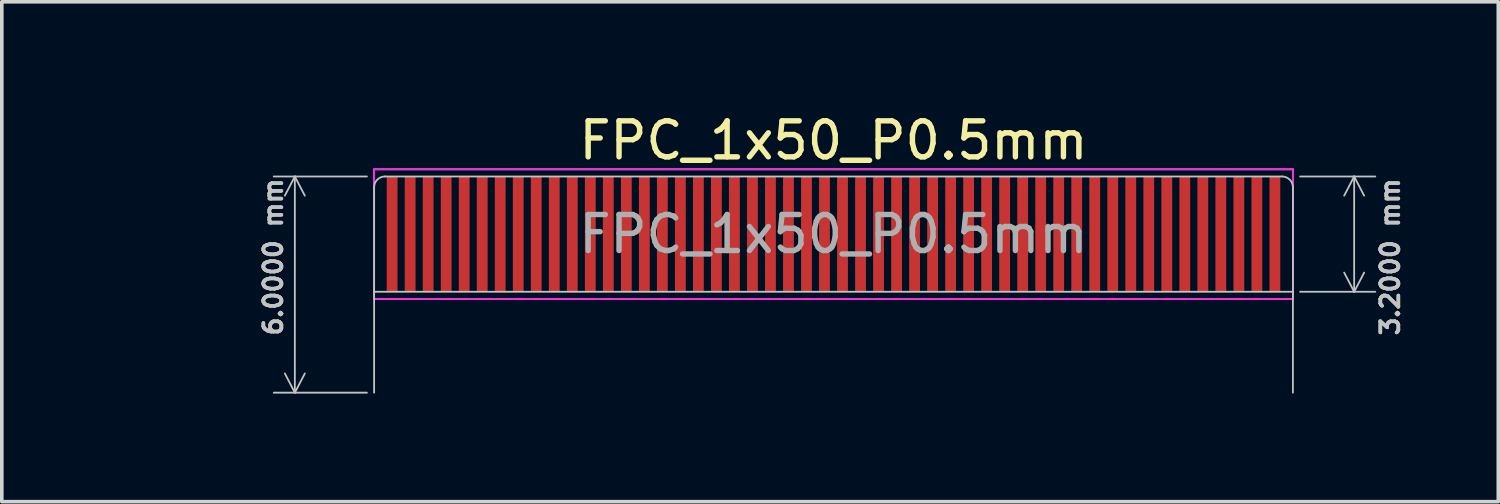
<source format=kicad_pcb>
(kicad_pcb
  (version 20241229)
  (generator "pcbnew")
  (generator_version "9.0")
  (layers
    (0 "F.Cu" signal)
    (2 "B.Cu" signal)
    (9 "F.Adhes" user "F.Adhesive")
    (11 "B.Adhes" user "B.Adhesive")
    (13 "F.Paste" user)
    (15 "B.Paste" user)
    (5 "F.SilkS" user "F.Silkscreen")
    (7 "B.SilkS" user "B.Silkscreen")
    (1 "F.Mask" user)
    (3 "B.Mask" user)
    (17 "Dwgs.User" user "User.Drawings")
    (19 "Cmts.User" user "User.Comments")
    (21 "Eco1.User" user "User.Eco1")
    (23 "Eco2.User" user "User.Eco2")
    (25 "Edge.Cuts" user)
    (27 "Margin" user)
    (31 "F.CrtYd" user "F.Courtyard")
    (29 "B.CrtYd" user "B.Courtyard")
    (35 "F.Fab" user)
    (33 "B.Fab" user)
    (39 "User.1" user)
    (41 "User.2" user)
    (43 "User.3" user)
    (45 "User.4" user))
  (footprint "FPC_1x50_P0.5mm"
    (layer "F.Cu")
    (at 20.083 1.848)
    (property "Reference" "FPC_1x50_P0.5mm" (at 0 -1 0) (layer "F.SilkS") (effects (font (size 1 1) (thickness 0.15))))
    (attr exclude_from_pos_files exclude_from_bom)
    (fp_line (start -12.75 0.3) (end -12.75 3.2) (stroke (width 0.05) (type default)) (layer "Dwgs.User"))
    (fp_line (start -12.75 3.2) (end -12.75 6) (stroke (width 0.05) (type default)) (layer "Dwgs.User"))
    (fp_line (start -12.45 0) (end 12.45 0) (stroke (width 0.05) (type default)) (layer "Dwgs.User"))
    (fp_line (start 12.75 0.3) (end 12.75 3.2) (stroke (width 0.05) (type default)) (layer "Dwgs.User"))
    (fp_line (start 12.75 3.2) (end -12.75 3.2) (stroke (width 0.05) (type default)) (layer "Dwgs.User"))
    (fp_line (start 12.75 3.2) (end 12.75 6) (stroke (width 0.05) (type default)) (layer "Dwgs.User"))
    (fp_arc (start -12.75 0.3) (mid -12.662132 0.087868) (end -12.45 0) (stroke (width 0.05) (type default)) (layer "Dwgs.User"))
    (fp_arc (start 12.45 0) (mid 12.662132 0.087868) (end 12.75 0.3) (stroke (width 0.05) (type default)) (layer "Dwgs.User"))
    (fp_line (start -12.75 -0.2) (end -12.75 3.4) (stroke (width 0.05) (type solid)) (layer "F.CrtYd"))
    (fp_line (start -12.75 -0.2) (end 12.75 -0.2) (stroke (width 0.05) (type solid)) (layer "F.CrtYd"))
    (fp_line (start -12.75 3.4) (end 12.75 3.4) (stroke (width 0.05) (type solid)) (layer "F.CrtYd"))
    (fp_line (start 12.75 3.4) (end 12.75 -0.2) (stroke (width 0.05) (type solid)) (layer "F.CrtYd"))
    (fp_line (start -12.75 -0.2) (end 12.75 -0.2) (stroke (width 0.05) (type default)) (layer "F.Fab"))
    (fp_line (start -12.75 3.4) (end -12.75 -0.2) (stroke (width 0.05) (type default)) (layer "F.Fab"))
    (fp_line (start 12.75 -0.2) (end 12.75 3.4) (stroke (width 0.05) (type default)) (layer "F.Fab"))
    (fp_line (start 12.75 3.4) (end -12.75 3.4) (stroke (width 0.05) (type default)) (layer "F.Fab"))
    (fp_text user "${REFERENCE}" (at 0 1.6 0) (layer "F.Fab") (effects (font (size 1 1) (thickness 0.15))))
    (dimension (type aligned) (layer "Dwgs.User") (pts (xy 7.633 1.848) (xy 7.633 7.848)) (height 2.5) (format (prefix "") (suffix "") (units 3) (units_format 1) (precision 4)) (style (thickness 0.05) (arrow_length 0.6) (text_position_mode 2) (arrow_direction outward) (extension_height 0.586) (extension_offset 0.5) (keep_text_aligned yes)) (gr_text "6.0000 mm" (at 4.533 1.848 90) (layer "Dwgs.User") (effects (font (size 0.5 0.5) (thickness 0.1)) (justify right))))
    (dimension (type aligned) (layer "Dwgs.User") (pts (xy 32.533 1.848) (xy 32.533 5.048)) (height -2) (format (prefix "") (suffix "") (units 3) (units_format 1) (precision 4)) (style (thickness 0.05) (arrow_length 0.6) (text_position_mode 2) (arrow_direction outward) (extension_height 0.586) (extension_offset 0.5) (keep_text_aligned yes)) (gr_text "3.2000 mm" (at 35.533 1.848 90) (layer "Dwgs.User") (effects (font (size 0.5 0.5) (thickness 0.1) (bold yes)) (justify right))))
    (pad "1" smd rect (at 12.25 1.6 180) (size 0.3 3.2) (layers "F.Cu" "F.Mask"))
    (pad "2" smd rect (at 11.75 1.6 180) (size 0.3 3.2) (layers "F.Cu" "F.Mask"))
    (pad "3" smd rect (at 11.25 1.6 180) (size 0.3 3.2) (layers "F.Cu" "F.Mask"))
    (pad "4" smd rect (at 10.75 1.6 180) (size 0.3 3.2) (layers "F.Cu" "F.Mask"))
    (pad "5" smd rect (at 10.25 1.6 180) (size 0.3 3.2) (layers "F.Cu" "F.Mask"))
    (pad "6" smd rect (at 9.75 1.6 180) (size 0.3 3.2) (layers "F.Cu" "F.Mask"))
    (pad "7" smd rect (at 9.25 1.6 180) (size 0.3 3.2) (layers "F.Cu" "F.Mask"))
    (pad "8" smd rect (at 8.75 1.6 180) (size 0.3 3.2) (layers "F.Cu" "F.Mask"))
    (pad "9" smd rect (at 8.25 1.6 180) (size 0.3 3.2) (layers "F.Cu" "F.Mask"))
    (pad "10" smd rect (at 7.75 1.6 180) (size 0.3 3.2) (layers "F.Cu" "F.Mask"))
    (pad "11" smd rect (at 7.25 1.6 180) (size 0.3 3.2) (layers "F.Cu" "F.Mask"))
    (pad "12" smd rect (at 6.75 1.6 180) (size 0.3 3.2) (layers "F.Cu" "F.Mask"))
    (pad "13" smd rect (at 6.25 1.6 180) (size 0.3 3.2) (layers "F.Cu" "F.Mask"))
    (pad "14" smd rect (at 5.75 1.6 180) (size 0.3 3.2) (layers "F.Cu" "F.Mask"))
    (pad "15" smd rect (at 5.25 1.6 180) (size 0.3 3.2) (layers "F.Cu" "F.Mask"))
    (pad "16" smd rect (at 4.75 1.6 180) (size 0.3 3.2) (layers "F.Cu" "F.Mask"))
    (pad "17" smd rect (at 4.25 1.6 180) (size 0.3 3.2) (layers "F.Cu" "F.Mask"))
    (pad "18" smd rect (at 3.75 1.6 180) (size 0.3 3.2) (layers "F.Cu" "F.Mask"))
    (pad "19" smd rect (at 3.25 1.6 180) (size 0.3 3.2) (layers "F.Cu" "F.Mask"))
    (pad "20" smd rect (at 2.75 1.6 180) (size 0.3 3.2) (layers "F.Cu" "F.Mask"))
    (pad "21" smd rect (at 2.25 1.6 180) (size 0.3 3.2) (layers "F.Cu" "F.Mask"))
    (pad "22" smd rect (at 1.75 1.6 180) (size 0.3 3.2) (layers "F.Cu" "F.Mask"))
    (pad "23" smd rect (at 1.25 1.6 180) (size 0.3 3.2) (layers "F.Cu" "F.Mask"))
    (pad "24" smd rect (at 0.75 1.6 180) (size 0.3 3.2) (layers "F.Cu" "F.Mask"))
    (pad "25" smd rect (at 0.25 1.6 180) (size 0.3 3.2) (layers "F.Cu" "F.Mask"))
    (pad "26" smd rect (at -0.25 1.6 180) (size 0.3 3.2) (layers "F.Cu" "F.Mask"))
    (pad "27" smd rect (at -0.75 1.6 180) (size 0.3 3.2) (layers "F.Cu" "F.Mask"))
    (pad "28" smd rect (at -1.25 1.6 180) (size 0.3 3.2) (layers "F.Cu" "F.Mask"))
    (pad "29" smd rect (at -1.75 1.6 180) (size 0.3 3.2) (layers "F.Cu" "F.Mask"))
    (pad "30" smd rect (at -2.25 1.6 180) (size 0.3 3.2) (layers "F.Cu" "F.Mask"))
    (pad "31" smd rect (at -2.75 1.6 180) (size 0.3 3.2) (layers "F.Cu" "F.Mask"))
    (pad "32" smd rect (at -3.25 1.6 180) (size 0.3 3.2) (layers "F.Cu" "F.Mask"))
    (pad "33" smd rect (at -3.75 1.6 180) (size 0.3 3.2) (layers "F.Cu" "F.Mask"))
    (pad "34" smd rect (at -4.25 1.6 180) (size 0.3 3.2) (layers "F.Cu" "F.Mask"))
    (pad "35" smd rect (at -4.75 1.6 180) (size 0.3 3.2) (layers "F.Cu" "F.Mask"))
    (pad "36" smd rect (at -5.25 1.6 180) (size 0.3 3.2) (layers "F.Cu" "F.Mask"))
    (pad "37" smd rect (at -5.75 1.6 180) (size 0.3 3.2) (layers "F.Cu" "F.Mask"))
    (pad "38" smd rect (at -6.25 1.6 180) (size 0.3 3.2) (layers "F.Cu" "F.Mask"))
    (pad "39" smd rect (at -6.75 1.6 180) (size 0.3 3.2) (layers "F.Cu" "F.Mask"))
    (pad "40" smd rect (at -7.25 1.6 180) (size 0.3 3.2) (layers "F.Cu" "F.Mask"))
    (pad "41" smd rect (at -7.75 1.6 180) (size 0.3 3.2) (layers "F.Cu" "F.Mask"))
    (pad "42" smd rect (at -8.25 1.6 180) (size 0.3 3.2) (layers "F.Cu" "F.Mask"))
    (pad "43" smd rect (at -8.75 1.6 180) (size 0.3 3.2) (layers "F.Cu" "F.Mask"))
    (pad "44" smd rect (at -9.25 1.6 180) (size 0.3 3.2) (layers "F.Cu" "F.Mask"))
    (pad "45" smd rect (at -9.75 1.6 180) (size 0.3 3.2) (layers "F.Cu" "F.Mask"))
    (pad "46" smd rect (at -10.25 1.6 180) (size 0.3 3.2) (layers "F.Cu" "F.Mask"))
    (pad "47" smd rect (at -10.75 1.6 180) (size 0.3 3.2) (layers "F.Cu" "F.Mask"))
    (pad "48" smd rect (at -11.25 1.6 180) (size 0.3 3.2) (layers "F.Cu" "F.Mask"))
    (pad "49" smd rect (at -11.75 1.6 180) (size 0.3 3.2) (layers "F.Cu" "F.Mask"))
    (pad "50" smd rect (at -12.25 1.6 180) (size 0.3 3.2) (layers "F.Cu" "F.Mask")))
  (gr_rect
    (start -3 -3)
    (end 38.533 10.873)
    (stroke (width 0.1) (type default))
    (fill no)
    (layer "Edge.Cuts")))
</source>
